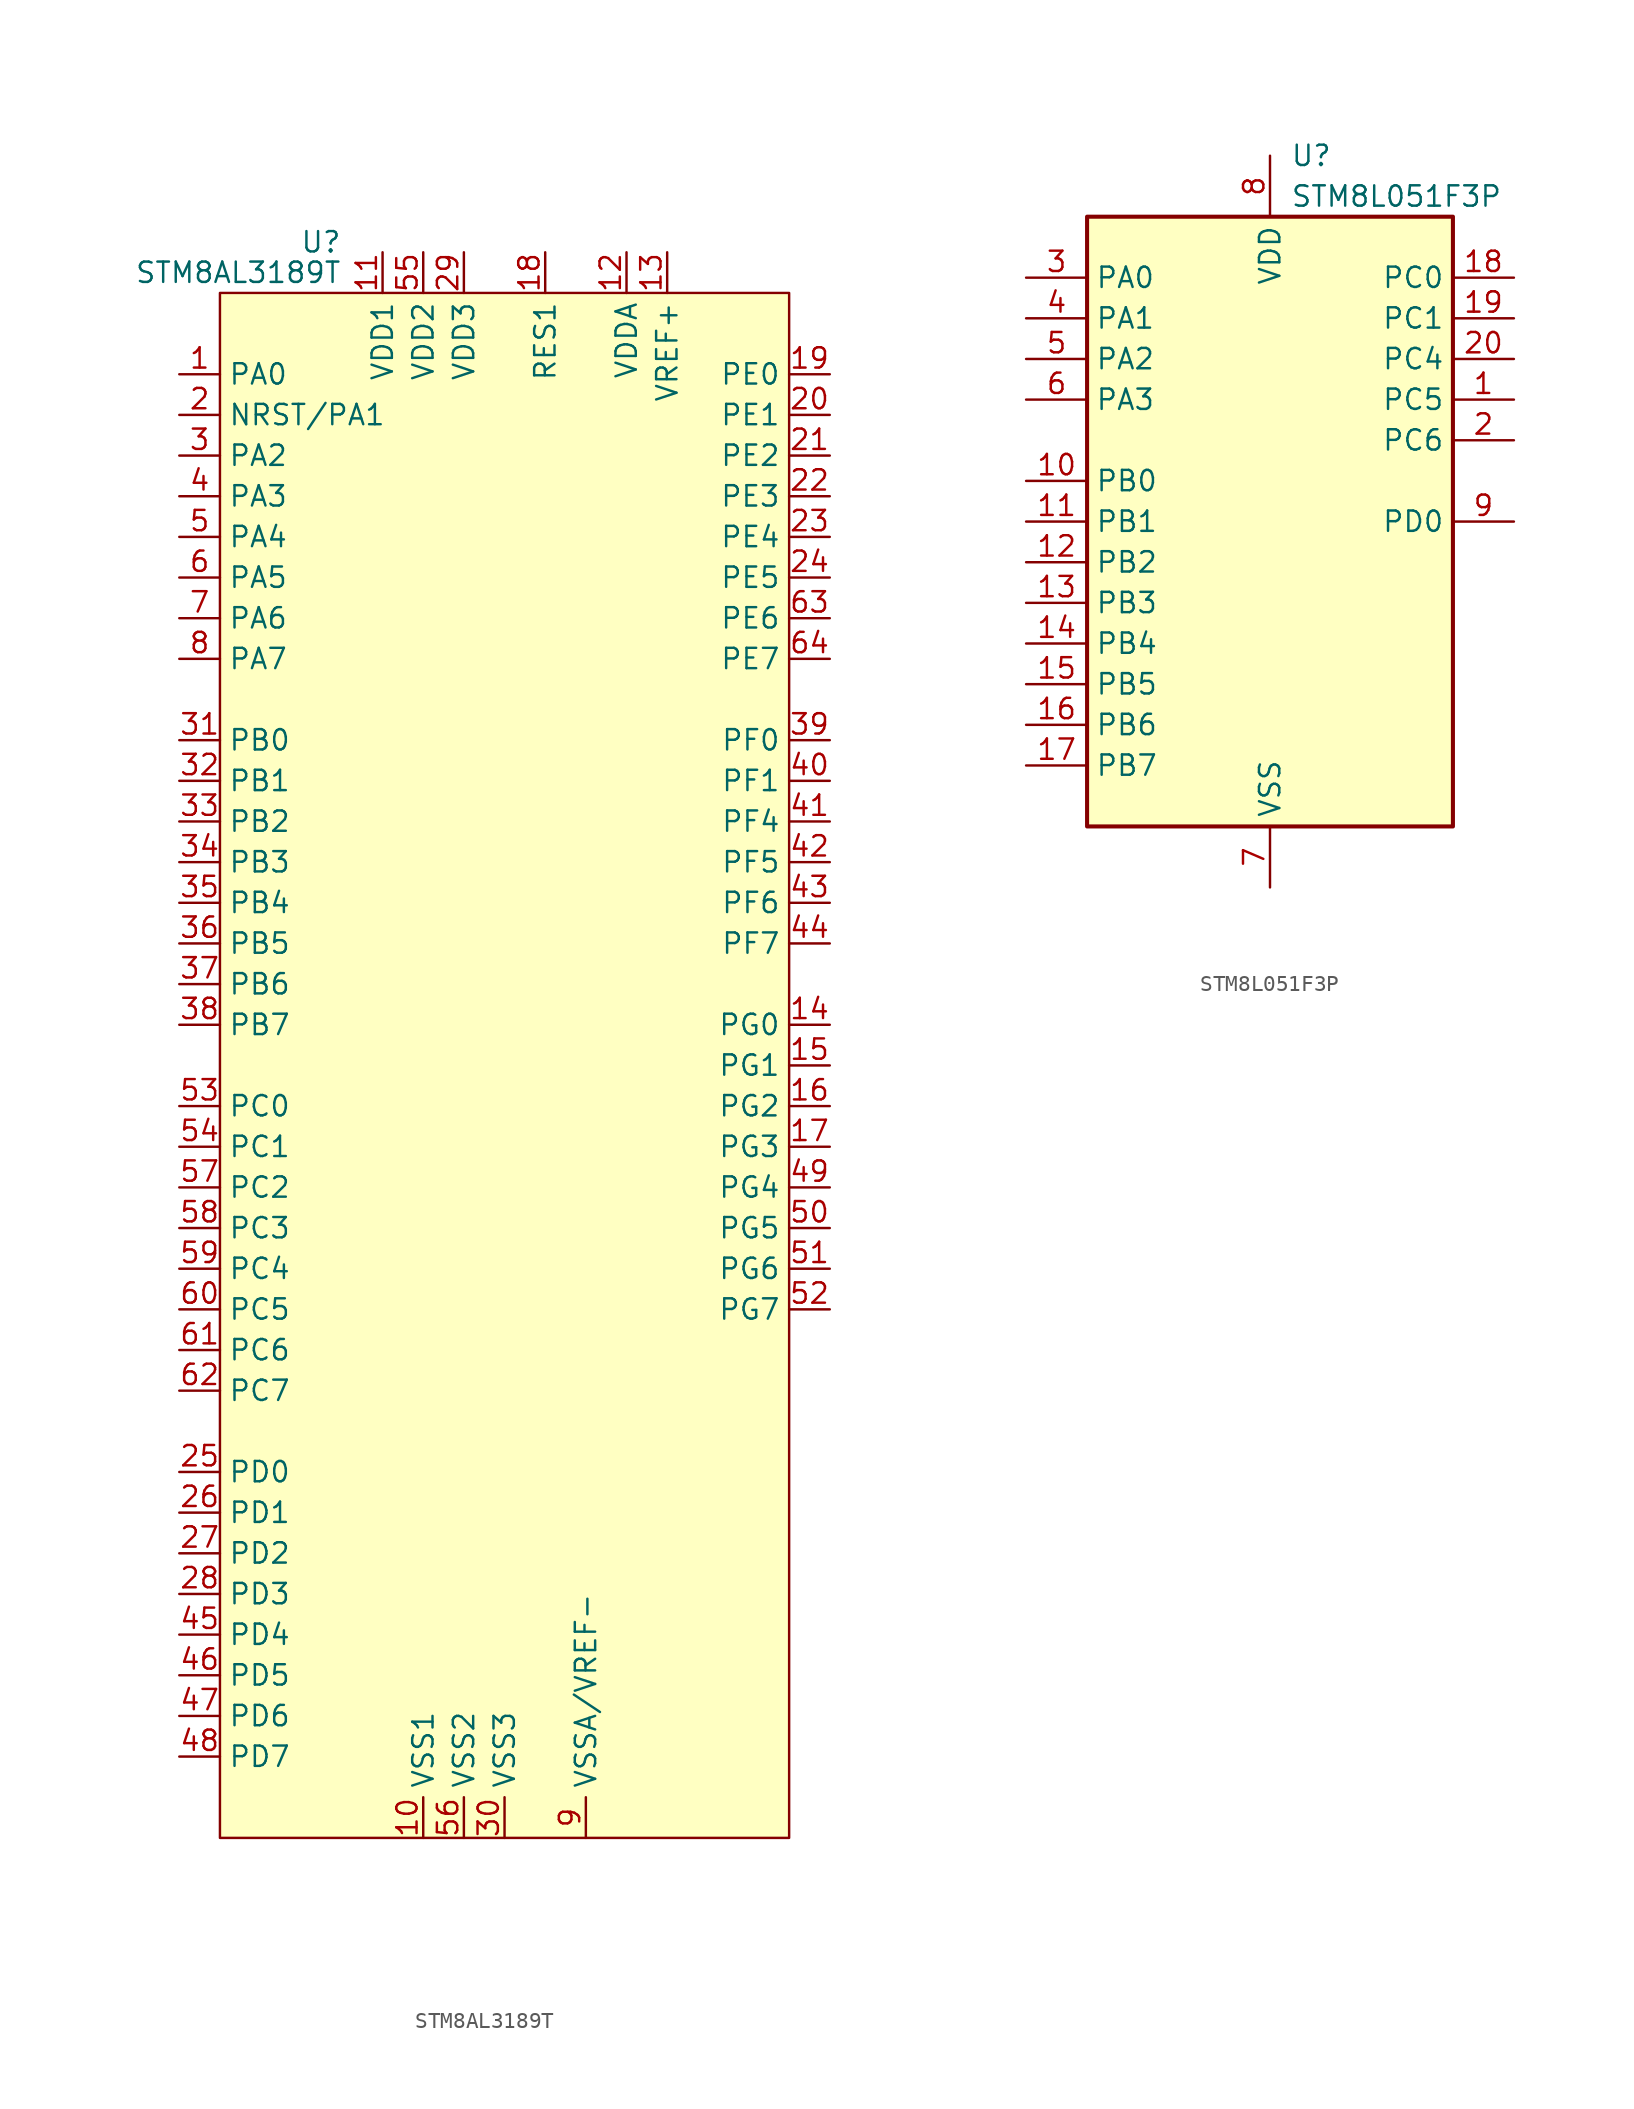
<source format=kicad_sym>
(kicad_symbol_lib
  (version 20231120)
  (generator "kicad_symbol_editor")
  (generator_version "8.0")
  (symbol "STM8AL3189T"
    (property "Reference" "U"
      (at -10.16 51.435 0)
      (effects (font (size 1.27 1.27)) (justify right)))
    (property "Value" "STM8AL3189T"
      (at -10.16 49.53 0)
      (effects (font (size 1.27 1.27)) (justify right)))
    (symbol "STM8AL3189T_0_0"
      (pin bidirectional line (at -20.32 43.18 0) (length 2.54) (name "PA0" (effects (font (size 1.27 1.27)))) (number "1" (effects (font (size 1.27 1.27)))))
      (pin power_in line (at -5.08 -48.26 90) (length 2.54) (name "VSS1" (effects (font (size 1.27 1.27)))) (number "10" (effects (font (size 1.27 1.27)))))
      (pin power_in line (at -7.62 50.8 270) (length 2.54) (name "VDD1" (effects (font (size 1.27 1.27)))) (number "11" (effects (font (size 1.27 1.27)))))
      (pin power_in line (at 7.62 50.8 270) (length 2.54) (name "VDDA" (effects (font (size 1.27 1.27)))) (number "12" (effects (font (size 1.27 1.27)))))
      (pin power_in line (at 10.16 50.8 270) (length 2.54) (name "VREF+" (effects (font (size 1.27 1.27)))) (number "13" (effects (font (size 1.27 1.27)))))
      (pin bidirectional line (at 20.32 2.54 180) (length 2.54) (name "PG0" (effects (font (size 1.27 1.27)))) (number "14" (effects (font (size 1.27 1.27)))))
      (pin bidirectional line (at 20.32 0 180) (length 2.54) (name "PG1" (effects (font (size 1.27 1.27)))) (number "15" (effects (font (size 1.27 1.27)))))
      (pin bidirectional line (at 20.32 -2.54 180) (length 2.54) (name "PG2" (effects (font (size 1.27 1.27)))) (number "16" (effects (font (size 1.27 1.27)))))
      (pin bidirectional line (at 20.32 -5.08 180) (length 2.54) (name "PG3" (effects (font (size 1.27 1.27)))) (number "17" (effects (font (size 1.27 1.27)))))
      (pin power_in line (at 2.54 50.8 270) (length 2.54) (name "RES1" (effects (font (size 1.27 1.27)))) (number "18" (effects (font (size 1.27 1.27)))))
      (pin bidirectional line (at 20.32 43.18 180) (length 2.54) (name "PE0" (effects (font (size 1.27 1.27)))) (number "19" (effects (font (size 1.27 1.27)))))
      (pin bidirectional line (at -20.32 40.64 0) (length 2.54) (name "NRST/PA1" (effects (font (size 1.27 1.27)))) (number "2" (effects (font (size 1.27 1.27)))))
      (pin bidirectional line (at 20.32 40.64 180) (length 2.54) (name "PE1" (effects (font (size 1.27 1.27)))) (number "20" (effects (font (size 1.27 1.27)))))
      (pin bidirectional line (at 20.32 38.1 180) (length 2.54) (name "PE2" (effects (font (size 1.27 1.27)))) (number "21" (effects (font (size 1.27 1.27)))))
      (pin bidirectional line (at 20.32 35.56 180) (length 2.54) (name "PE3" (effects (font (size 1.27 1.27)))) (number "22" (effects (font (size 1.27 1.27)))))
      (pin bidirectional line (at 20.32 33.02 180) (length 2.54) (name "PE4" (effects (font (size 1.27 1.27)))) (number "23" (effects (font (size 1.27 1.27)))))
      (pin bidirectional line (at 20.32 30.48 180) (length 2.54) (name "PE5" (effects (font (size 1.27 1.27)))) (number "24" (effects (font (size 1.27 1.27)))))
      (pin bidirectional line (at -20.32 -25.4 0) (length 2.54) (name "PD0" (effects (font (size 1.27 1.27)))) (number "25" (effects (font (size 1.27 1.27)))))
      (pin bidirectional line (at -20.32 -27.94 0) (length 2.54) (name "PD1" (effects (font (size 1.27 1.27)))) (number "26" (effects (font (size 1.27 1.27)))))
      (pin bidirectional line (at -20.32 -30.48 0) (length 2.54) (name "PD2" (effects (font (size 1.27 1.27)))) (number "27" (effects (font (size 1.27 1.27)))))
      (pin bidirectional line (at -20.32 -33.02 0) (length 2.54) (name "PD3" (effects (font (size 1.27 1.27)))) (number "28" (effects (font (size 1.27 1.27)))))
      (pin power_in line (at -2.54 50.8 270) (length 2.54) (name "VDD3" (effects (font (size 1.27 1.27)))) (number "29" (effects (font (size 1.27 1.27)))))
      (pin bidirectional line (at -20.32 38.1 0) (length 2.54) (name "PA2" (effects (font (size 1.27 1.27)))) (number "3" (effects (font (size 1.27 1.27)))))
      (pin power_in line (at 0 -48.26 90) (length 2.54) (name "VSS3" (effects (font (size 1.27 1.27)))) (number "30" (effects (font (size 1.27 1.27)))))
      (pin bidirectional line (at -20.32 20.32 0) (length 2.54) (name "PB0" (effects (font (size 1.27 1.27)))) (number "31" (effects (font (size 1.27 1.27)))))
      (pin bidirectional line (at -20.32 17.78 0) (length 2.54) (name "PB1" (effects (font (size 1.27 1.27)))) (number "32" (effects (font (size 1.27 1.27)))))
      (pin bidirectional line (at -20.32 15.24 0) (length 2.54) (name "PB2" (effects (font (size 1.27 1.27)))) (number "33" (effects (font (size 1.27 1.27)))))
      (pin bidirectional line (at -20.32 12.7 0) (length 2.54) (name "PB3" (effects (font (size 1.27 1.27)))) (number "34" (effects (font (size 1.27 1.27)))))
      (pin bidirectional line (at -20.32 10.16 0) (length 2.54) (name "PB4" (effects (font (size 1.27 1.27)))) (number "35" (effects (font (size 1.27 1.27)))))
      (pin bidirectional line (at -20.32 7.62 0) (length 2.54) (name "PB5" (effects (font (size 1.27 1.27)))) (number "36" (effects (font (size 1.27 1.27)))))
      (pin bidirectional line (at -20.32 5.08 0) (length 2.54) (name "PB6" (effects (font (size 1.27 1.27)))) (number "37" (effects (font (size 1.27 1.27)))))
      (pin bidirectional line (at -20.32 2.54 0) (length 2.54) (name "PB7" (effects (font (size 1.27 1.27)))) (number "38" (effects (font (size 1.27 1.27)))))
      (pin bidirectional line (at 20.32 20.32 180) (length 2.54) (name "PF0" (effects (font (size 1.27 1.27)))) (number "39" (effects (font (size 1.27 1.27)))))
      (pin bidirectional line (at -20.32 35.56 0) (length 2.54) (name "PA3" (effects (font (size 1.27 1.27)))) (number "4" (effects (font (size 1.27 1.27)))))
      (pin bidirectional line (at 20.32 17.78 180) (length 2.54) (name "PF1" (effects (font (size 1.27 1.27)))) (number "40" (effects (font (size 1.27 1.27)))))
      (pin bidirectional line (at 20.32 15.24 180) (length 2.54) (name "PF4" (effects (font (size 1.27 1.27)))) (number "41" (effects (font (size 1.27 1.27)))))
      (pin bidirectional line (at 20.32 12.7 180) (length 2.54) (name "PF5" (effects (font (size 1.27 1.27)))) (number "42" (effects (font (size 1.27 1.27)))))
      (pin bidirectional line (at 20.32 10.16 180) (length 2.54) (name "PF6" (effects (font (size 1.27 1.27)))) (number "43" (effects (font (size 1.27 1.27)))))
      (pin bidirectional line (at 20.32 7.62 180) (length 2.54) (name "PF7" (effects (font (size 1.27 1.27)))) (number "44" (effects (font (size 1.27 1.27)))))
      (pin bidirectional line (at -20.32 -35.56 0) (length 2.54) (name "PD4" (effects (font (size 1.27 1.27)))) (number "45" (effects (font (size 1.27 1.27)))))
      (pin bidirectional line (at -20.32 -38.1 0) (length 2.54) (name "PD5" (effects (font (size 1.27 1.27)))) (number "46" (effects (font (size 1.27 1.27)))))
      (pin bidirectional line (at -20.32 -40.64 0) (length 2.54) (name "PD6" (effects (font (size 1.27 1.27)))) (number "47" (effects (font (size 1.27 1.27)))))
      (pin bidirectional line (at -20.32 -43.18 0) (length 2.54) (name "PD7" (effects (font (size 1.27 1.27)))) (number "48" (effects (font (size 1.27 1.27)))))
      (pin bidirectional line (at 20.32 -7.62 180) (length 2.54) (name "PG4" (effects (font (size 1.27 1.27)))) (number "49" (effects (font (size 1.27 1.27)))))
      (pin bidirectional line (at -20.32 33.02 0) (length 2.54) (name "PA4" (effects (font (size 1.27 1.27)))) (number "5" (effects (font (size 1.27 1.27)))))
      (pin bidirectional line (at 20.32 -10.16 180) (length 2.54) (name "PG5" (effects (font (size 1.27 1.27)))) (number "50" (effects (font (size 1.27 1.27)))))
      (pin bidirectional line (at 20.32 -12.7 180) (length 2.54) (name "PG6" (effects (font (size 1.27 1.27)))) (number "51" (effects (font (size 1.27 1.27)))))
      (pin bidirectional line (at 20.32 -15.24 180) (length 2.54) (name "PG7" (effects (font (size 1.27 1.27)))) (number "52" (effects (font (size 1.27 1.27)))))
      (pin bidirectional line (at -20.32 -2.54 0) (length 2.54) (name "PC0" (effects (font (size 1.27 1.27)))) (number "53" (effects (font (size 1.27 1.27)))))
      (pin bidirectional line (at -20.32 -5.08 0) (length 2.54) (name "PC1" (effects (font (size 1.27 1.27)))) (number "54" (effects (font (size 1.27 1.27)))))
      (pin power_in line (at -5.08 50.8 270) (length 2.54) (name "VDD2" (effects (font (size 1.27 1.27)))) (number "55" (effects (font (size 1.27 1.27)))))
      (pin power_in line (at -2.54 -48.26 90) (length 2.54) (name "VSS2" (effects (font (size 1.27 1.27)))) (number "56" (effects (font (size 1.27 1.27)))))
      (pin bidirectional line (at -20.32 -7.62 0) (length 2.54) (name "PC2" (effects (font (size 1.27 1.27)))) (number "57" (effects (font (size 1.27 1.27)))))
      (pin bidirectional line (at -20.32 -10.16 0) (length 2.54) (name "PC3" (effects (font (size 1.27 1.27)))) (number "58" (effects (font (size 1.27 1.27)))))
      (pin bidirectional line (at -20.32 -12.7 0) (length 2.54) (name "PC4" (effects (font (size 1.27 1.27)))) (number "59" (effects (font (size 1.27 1.27)))))
      (pin bidirectional line (at -20.32 30.48 0) (length 2.54) (name "PA5" (effects (font (size 1.27 1.27)))) (number "6" (effects (font (size 1.27 1.27)))))
      (pin bidirectional line (at -20.32 -15.24 0) (length 2.54) (name "PC5" (effects (font (size 1.27 1.27)))) (number "60" (effects (font (size 1.27 1.27)))))
      (pin bidirectional line (at -20.32 -17.78 0) (length 2.54) (name "PC6" (effects (font (size 1.27 1.27)))) (number "61" (effects (font (size 1.27 1.27)))))
      (pin bidirectional line (at -20.32 -20.32 0) (length 2.54) (name "PC7" (effects (font (size 1.27 1.27)))) (number "62" (effects (font (size 1.27 1.27)))))
      (pin bidirectional line (at 20.32 27.94 180) (length 2.54) (name "PE6" (effects (font (size 1.27 1.27)))) (number "63" (effects (font (size 1.27 1.27)))))
      (pin bidirectional line (at 20.32 25.4 180) (length 2.54) (name "PE7" (effects (font (size 1.27 1.27)))) (number "64" (effects (font (size 1.27 1.27)))))
      (pin bidirectional line (at -20.32 27.94 0) (length 2.54) (name "PA6" (effects (font (size 1.27 1.27)))) (number "7" (effects (font (size 1.27 1.27)))))
      (pin bidirectional line (at -20.32 25.4 0) (length 2.54) (name "PA7" (effects (font (size 1.27 1.27)))) (number "8" (effects (font (size 1.27 1.27)))))
      (pin power_in line (at 5.08 -48.26 90) (length 2.54) (name "VSSA/VREF-" (effects (font (size 1.27 1.27)))) (number "9" (effects (font (size 1.27 1.27))))))
    (symbol "STM8AL3189T_0_1"
      (rectangle (start -17.78 48.26) (end 17.78 -48.26) (stroke (width 0) (type default)) (fill (type background)))))
  (symbol "STM8L051F3P"
    (property "Reference" "U"
      (at 1.27 22.86 0)
      (effects (font (size 1.27 1.27)) (justify left)))
    (property "Value" "STM8L051F3P"
      (at 1.27 20.32 0)
      (effects (font (size 1.27 1.27)) (justify left)))
    (symbol "STM8L051F3P_0_1"
      (rectangle (start -11.43 19.05) (end 11.43 -19.05) (stroke (width 0.254) (type default)) (fill (type background))))
    (symbol "STM8L051F3P_1_1"
      (pin bidirectional line (at 15.24 7.62 180) (length 3.81) (name "PC5" (effects (font (size 1.27 1.27)))) (number "1" (effects (font (size 1.27 1.27)))))
      (pin bidirectional line (at -15.24 2.54 0) (length 3.81) (name "PB0" (effects (font (size 1.27 1.27)))) (number "10" (effects (font (size 1.27 1.27)))))
      (pin bidirectional line (at -15.24 0 0) (length 3.81) (name "PB1" (effects (font (size 1.27 1.27)))) (number "11" (effects (font (size 1.27 1.27)))))
      (pin bidirectional line (at -15.24 -2.54 0) (length 3.81) (name "PB2" (effects (font (size 1.27 1.27)))) (number "12" (effects (font (size 1.27 1.27)))))
      (pin bidirectional line (at -15.24 -5.08 0) (length 3.81) (name "PB3" (effects (font (size 1.27 1.27)))) (number "13" (effects (font (size 1.27 1.27)))))
      (pin bidirectional line (at -15.24 -7.62 0) (length 3.81) (name "PB4" (effects (font (size 1.27 1.27)))) (number "14" (effects (font (size 1.27 1.27)))))
      (pin bidirectional line (at -15.24 -10.16 0) (length 3.81) (name "PB5" (effects (font (size 1.27 1.27)))) (number "15" (effects (font (size 1.27 1.27)))))
      (pin bidirectional line (at -15.24 -12.7 0) (length 3.81) (name "PB6" (effects (font (size 1.27 1.27)))) (number "16" (effects (font (size 1.27 1.27)))))
      (pin bidirectional line (at -15.24 -15.24 0) (length 3.81) (name "PB7" (effects (font (size 1.27 1.27)))) (number "17" (effects (font (size 1.27 1.27)))))
      (pin bidirectional line (at 15.24 15.24 180) (length 3.81) (name "PC0" (effects (font (size 1.27 1.27)))) (number "18" (effects (font (size 1.27 1.27)))))
      (pin bidirectional line (at 15.24 12.7 180) (length 3.81) (name "PC1" (effects (font (size 1.27 1.27)))) (number "19" (effects (font (size 1.27 1.27)))))
      (pin bidirectional line (at 15.24 5.08 180) (length 3.81) (name "PC6" (effects (font (size 1.27 1.27)))) (number "2" (effects (font (size 1.27 1.27)))))
      (pin bidirectional line (at 15.24 10.16 180) (length 3.81) (name "PC4" (effects (font (size 1.27 1.27)))) (number "20" (effects (font (size 1.27 1.27)))))
      (pin power_in line (at -15.24 15.24 0) (length 3.81) (name "PA0" (effects (font (size 1.27 1.27)))) (number "3" (effects (font (size 1.27 1.27)))))
      (pin bidirectional line (at -15.24 12.7 0) (length 3.81) (name "PA1" (effects (font (size 1.27 1.27)))) (number "4" (effects (font (size 1.27 1.27)))))
      (pin bidirectional line (at -15.24 10.16 0) (length 3.81) (name "PA2" (effects (font (size 1.27 1.27)))) (number "5" (effects (font (size 1.27 1.27)))))
      (pin bidirectional line (at -15.24 7.62 0) (length 3.81) (name "PA3" (effects (font (size 1.27 1.27)))) (number "6" (effects (font (size 1.27 1.27)))))
      (pin power_in line (at 0 -22.86 90) (length 3.81) (name "VSS" (effects (font (size 1.27 1.27)))) (number "7" (effects (font (size 1.27 1.27)))))
      (pin power_in line (at 0 22.86 270) (length 3.81) (name "VDD" (effects (font (size 1.27 1.27)))) (number "8" (effects (font (size 1.27 1.27)))))
      (pin bidirectional line (at 15.24 0 180) (length 3.81) (name "PD0" (effects (font (size 1.27 1.27)))) (number "9" (effects (font (size 1.27 1.27))))))))
</source>
